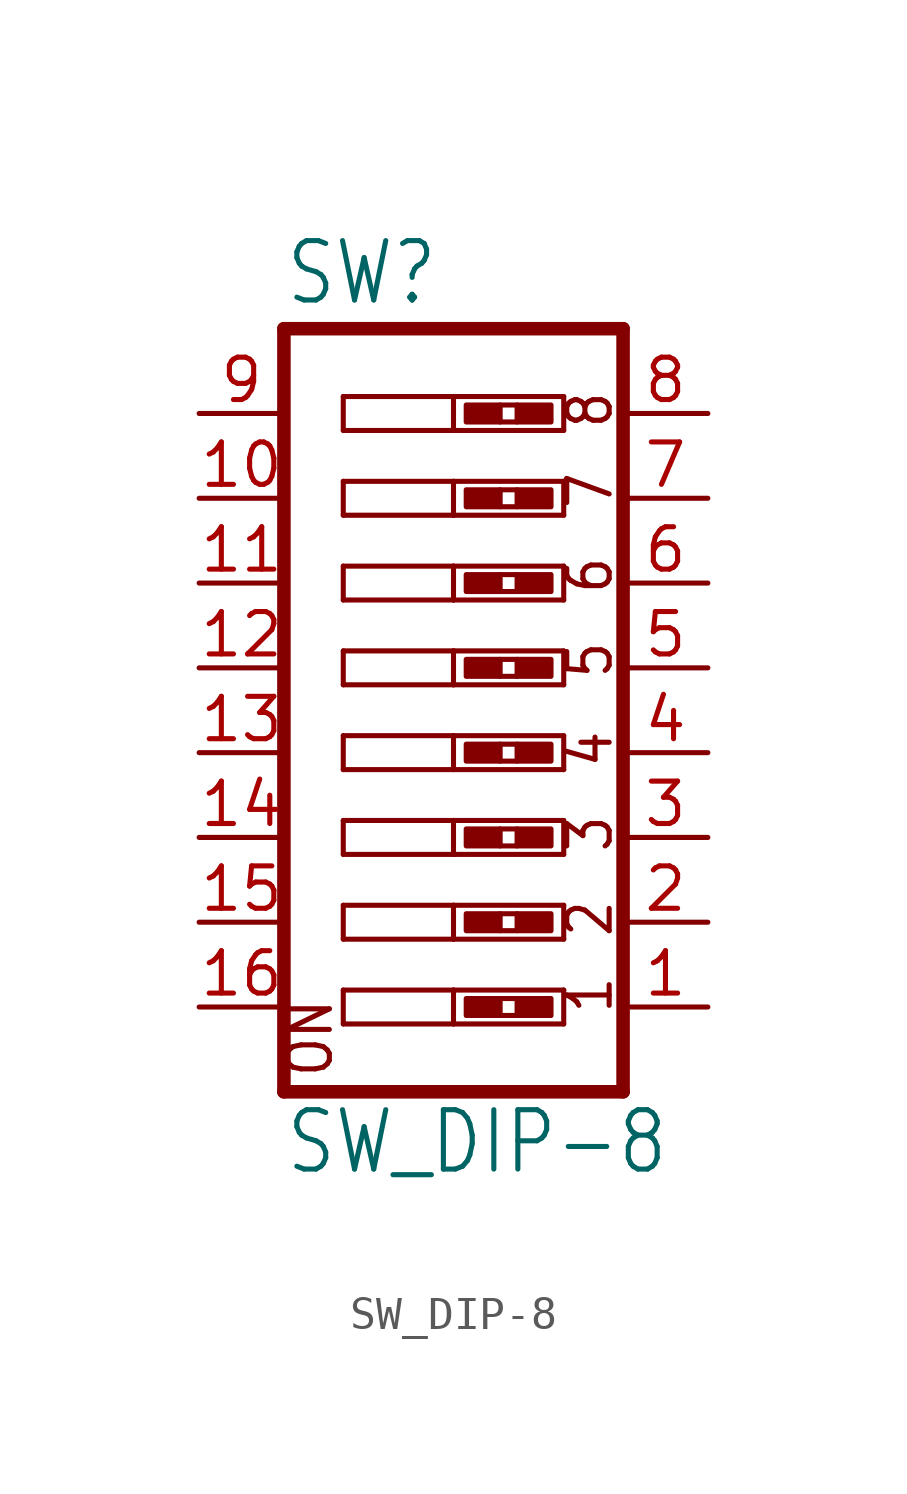
<source format=kicad_sym>
(kicad_symbol_lib
  (version 20211014)
  (generator kicad_symbol_editor)
  (symbol "SW_DIP-8"
    (property "Reference" "SW"
      (at -5.08 10.795 0)
      (effects (font (size 1.778 1.511)) (justify left bottom)))
    (property "Value" "SW_DIP-8"
      (at -5.08 -15.24 0)
      (effects (font (size 1.778 1.511)) (justify left bottom)))
    (property "ki_locked" ""
      (at 0 0 0)
      (effects (font (size 1.27 1.27))))
    (symbol "SW_DIP-8_1_0"
      (polyline (pts (xy -5.08 -12.7) (xy 5.08 -12.7)) (stroke (width 0.406) (type default) (color 0 0 0 0)) (fill (type none)))
      (polyline (pts (xy -5.08 10.16) (xy -5.08 -12.7)) (stroke (width 0.406) (type default) (color 0 0 0 0)) (fill (type none)))
      (polyline (pts (xy -3.302 -10.668) (xy -3.302 -9.652)) (stroke (width 0.152) (type default) (color 0 0 0 0)) (fill (type none)))
      (polyline (pts (xy -3.302 -9.652) (xy 0 -9.652)) (stroke (width 0.152) (type default) (color 0 0 0 0)) (fill (type none)))
      (polyline (pts (xy -3.302 -8.128) (xy -3.302 -7.112)) (stroke (width 0.152) (type default) (color 0 0 0 0)) (fill (type none)))
      (polyline (pts (xy -3.302 -7.112) (xy 0 -7.112)) (stroke (width 0.152) (type default) (color 0 0 0 0)) (fill (type none)))
      (polyline (pts (xy -3.302 -5.588) (xy -3.302 -4.572)) (stroke (width 0.152) (type default) (color 0 0 0 0)) (fill (type none)))
      (polyline (pts (xy -3.302 -4.572) (xy 0 -4.572)) (stroke (width 0.152) (type default) (color 0 0 0 0)) (fill (type none)))
      (polyline (pts (xy -3.302 -3.048) (xy -3.302 -2.032)) (stroke (width 0.152) (type default) (color 0 0 0 0)) (fill (type none)))
      (polyline (pts (xy -3.302 -2.032) (xy 0 -2.032)) (stroke (width 0.152) (type default) (color 0 0 0 0)) (fill (type none)))
      (polyline (pts (xy -3.302 -0.508) (xy -3.302 0.508)) (stroke (width 0.152) (type default) (color 0 0 0 0)) (fill (type none)))
      (polyline (pts (xy -3.302 0.508) (xy 0 0.508)) (stroke (width 0.152) (type default) (color 0 0 0 0)) (fill (type none)))
      (polyline (pts (xy -3.302 2.032) (xy -3.302 3.048)) (stroke (width 0.152) (type default) (color 0 0 0 0)) (fill (type none)))
      (polyline (pts (xy -3.302 3.048) (xy 0 3.048)) (stroke (width 0.152) (type default) (color 0 0 0 0)) (fill (type none)))
      (polyline (pts (xy -3.302 4.572) (xy -3.302 5.588)) (stroke (width 0.152) (type default) (color 0 0 0 0)) (fill (type none)))
      (polyline (pts (xy -3.302 5.588) (xy 0 5.588)) (stroke (width 0.152) (type default) (color 0 0 0 0)) (fill (type none)))
      (polyline (pts (xy -3.302 7.112) (xy -3.302 8.128)) (stroke (width 0.152) (type default) (color 0 0 0 0)) (fill (type none)))
      (polyline (pts (xy -3.302 8.128) (xy 0 8.128)) (stroke (width 0.152) (type default) (color 0 0 0 0)) (fill (type none)))
      (polyline (pts (xy 0 -10.668) (xy -3.302 -10.668)) (stroke (width 0.152) (type default) (color 0 0 0 0)) (fill (type none)))
      (polyline (pts (xy 0 -9.652) (xy 0 -10.668)) (stroke (width 0.152) (type default) (color 0 0 0 0)) (fill (type none)))
      (polyline (pts (xy 0 -9.652) (xy 3.302 -9.652)) (stroke (width 0.152) (type default) (color 0 0 0 0)) (fill (type none)))
      (polyline (pts (xy 0 -8.128) (xy -3.302 -8.128)) (stroke (width 0.152) (type default) (color 0 0 0 0)) (fill (type none)))
      (polyline (pts (xy 0 -7.112) (xy 0 -8.128)) (stroke (width 0.152) (type default) (color 0 0 0 0)) (fill (type none)))
      (polyline (pts (xy 0 -7.112) (xy 3.302 -7.112)) (stroke (width 0.152) (type default) (color 0 0 0 0)) (fill (type none)))
      (polyline (pts (xy 0 -5.588) (xy -3.302 -5.588)) (stroke (width 0.152) (type default) (color 0 0 0 0)) (fill (type none)))
      (polyline (pts (xy 0 -4.572) (xy 0 -5.588)) (stroke (width 0.152) (type default) (color 0 0 0 0)) (fill (type none)))
      (polyline (pts (xy 0 -4.572) (xy 3.302 -4.572)) (stroke (width 0.152) (type default) (color 0 0 0 0)) (fill (type none)))
      (polyline (pts (xy 0 -3.048) (xy -3.302 -3.048)) (stroke (width 0.152) (type default) (color 0 0 0 0)) (fill (type none)))
      (polyline (pts (xy 0 -2.032) (xy 0 -3.048)) (stroke (width 0.152) (type default) (color 0 0 0 0)) (fill (type none)))
      (polyline (pts (xy 0 -2.032) (xy 3.302 -2.032)) (stroke (width 0.152) (type default) (color 0 0 0 0)) (fill (type none)))
      (polyline (pts (xy 0 -0.508) (xy -3.302 -0.508)) (stroke (width 0.152) (type default) (color 0 0 0 0)) (fill (type none)))
      (polyline (pts (xy 0 0.508) (xy 0 -0.508)) (stroke (width 0.152) (type default) (color 0 0 0 0)) (fill (type none)))
      (polyline (pts (xy 0 0.508) (xy 3.302 0.508)) (stroke (width 0.152) (type default) (color 0 0 0 0)) (fill (type none)))
      (polyline (pts (xy 0 2.032) (xy -3.302 2.032)) (stroke (width 0.152) (type default) (color 0 0 0 0)) (fill (type none)))
      (polyline (pts (xy 0 3.048) (xy 0 2.032)) (stroke (width 0.152) (type default) (color 0 0 0 0)) (fill (type none)))
      (polyline (pts (xy 0 3.048) (xy 3.302 3.048)) (stroke (width 0.152) (type default) (color 0 0 0 0)) (fill (type none)))
      (polyline (pts (xy 0 4.572) (xy -3.302 4.572)) (stroke (width 0.152) (type default) (color 0 0 0 0)) (fill (type none)))
      (polyline (pts (xy 0 5.588) (xy 0 4.572)) (stroke (width 0.152) (type default) (color 0 0 0 0)) (fill (type none)))
      (polyline (pts (xy 0 5.588) (xy 3.302 5.588)) (stroke (width 0.152) (type default) (color 0 0 0 0)) (fill (type none)))
      (polyline (pts (xy 0 7.112) (xy -3.302 7.112)) (stroke (width 0.152) (type default) (color 0 0 0 0)) (fill (type none)))
      (polyline (pts (xy 0 8.128) (xy 0 7.112)) (stroke (width 0.152) (type default) (color 0 0 0 0)) (fill (type none)))
      (polyline (pts (xy 0 8.128) (xy 3.302 8.128)) (stroke (width 0.152) (type default) (color 0 0 0 0)) (fill (type none)))
      (polyline (pts (xy 1.397 -10.414) (xy 1.905 -10.414)) (stroke (width 0) (type default) (color 0 0 0 0)) (fill (type none)))
      (polyline (pts (xy 1.397 -9.906) (xy 1.905 -9.906)) (stroke (width 0) (type default) (color 0 0 0 0)) (fill (type none)))
      (polyline (pts (xy 1.397 -7.874) (xy 1.905 -7.874)) (stroke (width 0) (type default) (color 0 0 0 0)) (fill (type none)))
      (polyline (pts (xy 1.397 -7.366) (xy 1.905 -7.366)) (stroke (width 0) (type default) (color 0 0 0 0)) (fill (type none)))
      (polyline (pts (xy 1.397 -5.334) (xy 1.905 -5.334)) (stroke (width 0) (type default) (color 0 0 0 0)) (fill (type none)))
      (polyline (pts (xy 1.397 -4.826) (xy 1.905 -4.826)) (stroke (width 0) (type default) (color 0 0 0 0)) (fill (type none)))
      (polyline (pts (xy 1.397 -2.794) (xy 1.905 -2.794)) (stroke (width 0) (type default) (color 0 0 0 0)) (fill (type none)))
      (polyline (pts (xy 1.397 -2.286) (xy 1.905 -2.286)) (stroke (width 0) (type default) (color 0 0 0 0)) (fill (type none)))
      (polyline (pts (xy 1.397 -0.254) (xy 1.905 -0.254)) (stroke (width 0) (type default) (color 0 0 0 0)) (fill (type none)))
      (polyline (pts (xy 1.397 0.254) (xy 1.905 0.254)) (stroke (width 0) (type default) (color 0 0 0 0)) (fill (type none)))
      (polyline (pts (xy 1.397 2.286) (xy 1.905 2.286)) (stroke (width 0) (type default) (color 0 0 0 0)) (fill (type none)))
      (polyline (pts (xy 1.397 2.794) (xy 1.905 2.794)) (stroke (width 0) (type default) (color 0 0 0 0)) (fill (type none)))
      (polyline (pts (xy 1.397 4.826) (xy 1.905 4.826)) (stroke (width 0) (type default) (color 0 0 0 0)) (fill (type none)))
      (polyline (pts (xy 1.397 5.334) (xy 1.905 5.334)) (stroke (width 0) (type default) (color 0 0 0 0)) (fill (type none)))
      (polyline (pts (xy 1.397 7.366) (xy 1.905 7.366)) (stroke (width 0) (type default) (color 0 0 0 0)) (fill (type none)))
      (polyline (pts (xy 1.397 7.874) (xy 1.905 7.874)) (stroke (width 0) (type default) (color 0 0 0 0)) (fill (type none)))
      (polyline (pts (xy 3.302 -10.668) (xy 0 -10.668)) (stroke (width 0.152) (type default) (color 0 0 0 0)) (fill (type none)))
      (polyline (pts (xy 3.302 -9.652) (xy 3.302 -10.668)) (stroke (width 0.152) (type default) (color 0 0 0 0)) (fill (type none)))
      (polyline (pts (xy 3.302 -8.128) (xy 0 -8.128)) (stroke (width 0.152) (type default) (color 0 0 0 0)) (fill (type none)))
      (polyline (pts (xy 3.302 -7.112) (xy 3.302 -8.128)) (stroke (width 0.152) (type default) (color 0 0 0 0)) (fill (type none)))
      (polyline (pts (xy 3.302 -5.588) (xy 0 -5.588)) (stroke (width 0.152) (type default) (color 0 0 0 0)) (fill (type none)))
      (polyline (pts (xy 3.302 -4.572) (xy 3.302 -5.588)) (stroke (width 0.152) (type default) (color 0 0 0 0)) (fill (type none)))
      (polyline (pts (xy 3.302 -3.048) (xy 0 -3.048)) (stroke (width 0.152) (type default) (color 0 0 0 0)) (fill (type none)))
      (polyline (pts (xy 3.302 -2.032) (xy 3.302 -3.048)) (stroke (width 0.152) (type default) (color 0 0 0 0)) (fill (type none)))
      (polyline (pts (xy 3.302 -0.508) (xy 0 -0.508)) (stroke (width 0.152) (type default) (color 0 0 0 0)) (fill (type none)))
      (polyline (pts (xy 3.302 0.508) (xy 3.302 -0.508)) (stroke (width 0.152) (type default) (color 0 0 0 0)) (fill (type none)))
      (polyline (pts (xy 3.302 2.032) (xy 0 2.032)) (stroke (width 0.152) (type default) (color 0 0 0 0)) (fill (type none)))
      (polyline (pts (xy 3.302 3.048) (xy 3.302 2.032)) (stroke (width 0.152) (type default) (color 0 0 0 0)) (fill (type none)))
      (polyline (pts (xy 3.302 4.572) (xy 0 4.572)) (stroke (width 0.152) (type default) (color 0 0 0 0)) (fill (type none)))
      (polyline (pts (xy 3.302 5.588) (xy 3.302 4.572)) (stroke (width 0.152) (type default) (color 0 0 0 0)) (fill (type none)))
      (polyline (pts (xy 3.302 7.112) (xy 0 7.112)) (stroke (width 0.152) (type default) (color 0 0 0 0)) (fill (type none)))
      (polyline (pts (xy 3.302 8.128) (xy 3.302 7.112)) (stroke (width 0.152) (type default) (color 0 0 0 0)) (fill (type none)))
      (polyline (pts (xy 5.08 -12.7) (xy 5.08 10.16)) (stroke (width 0.406) (type default) (color 0 0 0 0)) (fill (type none)))
      (polyline (pts (xy 5.08 10.16) (xy -5.08 10.16)) (stroke (width 0.406) (type default) (color 0 0 0 0)) (fill (type none)))
      (rectangle (start 0.381 -10.414) (end 1.397 -9.906) (stroke (width 0) (type default) (color 0 0 0 0)) (fill (type outline)))
      (rectangle (start 0.381 -7.874) (end 1.397 -7.366) (stroke (width 0) (type default) (color 0 0 0 0)) (fill (type outline)))
      (rectangle (start 0.381 -5.334) (end 1.397 -4.826) (stroke (width 0) (type default) (color 0 0 0 0)) (fill (type outline)))
      (rectangle (start 0.381 -2.794) (end 1.397 -2.286) (stroke (width 0) (type default) (color 0 0 0 0)) (fill (type outline)))
      (rectangle (start 0.381 -0.254) (end 1.397 0.254) (stroke (width 0) (type default) (color 0 0 0 0)) (fill (type outline)))
      (rectangle (start 0.381 2.286) (end 1.397 2.794) (stroke (width 0) (type default) (color 0 0 0 0)) (fill (type outline)))
      (rectangle (start 0.381 4.826) (end 1.397 5.334) (stroke (width 0) (type default) (color 0 0 0 0)) (fill (type outline)))
      (rectangle (start 0.381 7.366) (end 1.397 7.874) (stroke (width 0) (type default) (color 0 0 0 0)) (fill (type outline)))
      (rectangle (start 1.905 -10.414) (end 2.921 -9.906) (stroke (width 0) (type default) (color 0 0 0 0)) (fill (type outline)))
      (rectangle (start 1.905 -7.874) (end 2.921 -7.366) (stroke (width 0) (type default) (color 0 0 0 0)) (fill (type outline)))
      (rectangle (start 1.905 -5.334) (end 2.921 -4.826) (stroke (width 0) (type default) (color 0 0 0 0)) (fill (type outline)))
      (rectangle (start 1.905 -2.794) (end 2.921 -2.286) (stroke (width 0) (type default) (color 0 0 0 0)) (fill (type outline)))
      (rectangle (start 1.905 -0.254) (end 2.921 0.254) (stroke (width 0) (type default) (color 0 0 0 0)) (fill (type outline)))
      (rectangle (start 1.905 2.286) (end 2.921 2.794) (stroke (width 0) (type default) (color 0 0 0 0)) (fill (type outline)))
      (rectangle (start 1.905 4.826) (end 2.921 5.334) (stroke (width 0) (type default) (color 0 0 0 0)) (fill (type outline)))
      (rectangle (start 1.905 7.366) (end 2.921 7.874) (stroke (width 0) (type default) (color 0 0 0 0)) (fill (type outline)))
      (text "1" (at 4.826 -10.414 900) (effects (font (size 1.27 1.079)) (justify left bottom)))
      (text "2" (at 4.826 -8.128 900) (effects (font (size 1.27 1.079)) (justify left bottom)))
      (text "3" (at 4.826 -5.588 900) (effects (font (size 1.27 1.079)) (justify left bottom)))
      (text "4" (at 4.826 -3.048 900) (effects (font (size 1.27 1.079)) (justify left bottom)))
      (text "5" (at 4.826 -0.381 900) (effects (font (size 1.27 1.079)) (justify left bottom)))
      (text "6" (at 4.826 2.159 900) (effects (font (size 1.27 1.079)) (justify left bottom)))
      (text "7" (at 4.826 4.699 900) (effects (font (size 1.27 1.079)) (justify left bottom)))
      (text "8" (at 4.826 7.112 900) (effects (font (size 1.27 1.079)) (justify left bottom)))
      (text "ON" (at -3.556 -12.319 900) (effects (font (size 1.27 1.079)) (justify left bottom)))
      (pin passive line (at 7.62 -10.16 180) (length 2.54) (name "1" (effects (font (size 0 0)))) (number "1" (effects (font (size 1.27 1.27)))))
      (pin passive line (at -7.62 5.08 0) (length 2.54) (name "10" (effects (font (size 0 0)))) (number "10" (effects (font (size 1.27 1.27)))))
      (pin passive line (at -7.62 2.54 0) (length 2.54) (name "11" (effects (font (size 0 0)))) (number "11" (effects (font (size 1.27 1.27)))))
      (pin passive line (at -7.62 0 0) (length 2.54) (name "12" (effects (font (size 0 0)))) (number "12" (effects (font (size 1.27 1.27)))))
      (pin passive line (at -7.62 -2.54 0) (length 2.54) (name "13" (effects (font (size 0 0)))) (number "13" (effects (font (size 1.27 1.27)))))
      (pin passive line (at -7.62 -5.08 0) (length 2.54) (name "14" (effects (font (size 0 0)))) (number "14" (effects (font (size 1.27 1.27)))))
      (pin passive line (at -7.62 -7.62 0) (length 2.54) (name "15" (effects (font (size 0 0)))) (number "15" (effects (font (size 1.27 1.27)))))
      (pin passive line (at -7.62 -10.16 0) (length 2.54) (name "16" (effects (font (size 0 0)))) (number "16" (effects (font (size 1.27 1.27)))))
      (pin passive line (at 7.62 -7.62 180) (length 2.54) (name "2" (effects (font (size 0 0)))) (number "2" (effects (font (size 1.27 1.27)))))
      (pin passive line (at 7.62 -5.08 180) (length 2.54) (name "3" (effects (font (size 0 0)))) (number "3" (effects (font (size 1.27 1.27)))))
      (pin passive line (at 7.62 -2.54 180) (length 2.54) (name "4" (effects (font (size 0 0)))) (number "4" (effects (font (size 1.27 1.27)))))
      (pin passive line (at 7.62 0 180) (length 2.54) (name "5" (effects (font (size 0 0)))) (number "5" (effects (font (size 1.27 1.27)))))
      (pin passive line (at 7.62 2.54 180) (length 2.54) (name "6" (effects (font (size 0 0)))) (number "6" (effects (font (size 1.27 1.27)))))
      (pin passive line (at 7.62 5.08 180) (length 2.54) (name "7" (effects (font (size 0 0)))) (number "7" (effects (font (size 1.27 1.27)))))
      (pin passive line (at 7.62 7.62 180) (length 2.54) (name "8" (effects (font (size 0 0)))) (number "8" (effects (font (size 1.27 1.27)))))
      (pin passive line (at -7.62 7.62 0) (length 2.54) (name "9" (effects (font (size 0 0)))) (number "9" (effects (font (size 1.27 1.27))))))))
</source>
